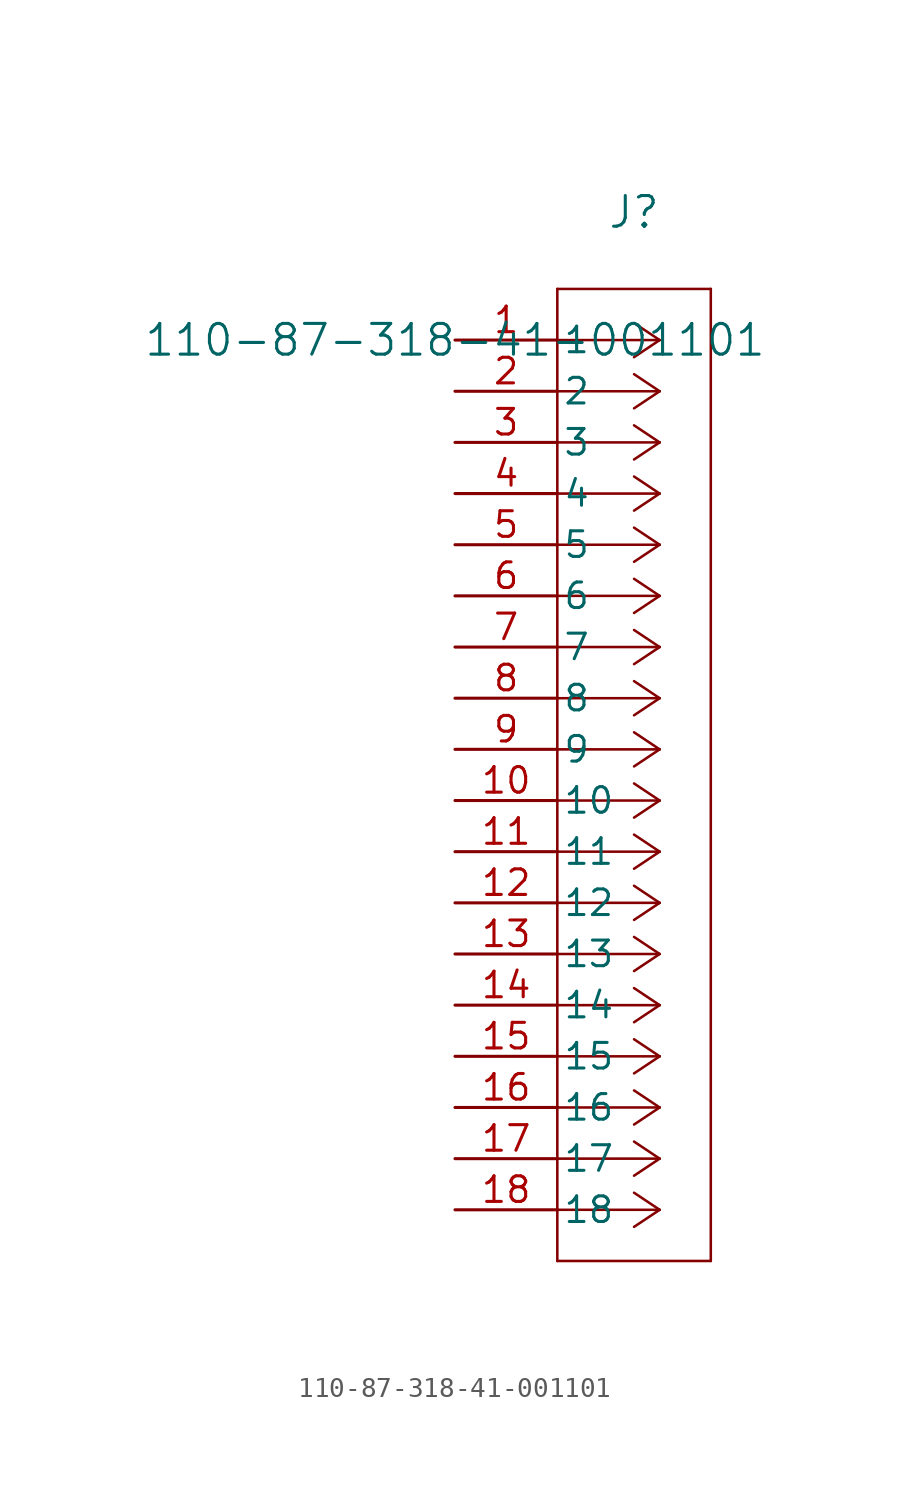
<source format=kicad_sym>
(kicad_symbol_lib
  (version 20211014)
  (generator kicad_symbol_editor)
  (symbol "110-87-318-41-001101"
    (pin_names
      (offset 0.254))
    (property "Reference" "J"
      (at 8.89 6.35 0)
      (effects (font (size 1.524 1.524))))
    (property "Value" "110-87-318-41-001101"
      (at 0 0 0)
      (effects (font (size 1.524 1.524))))
    (symbol "110-87-318-41-001101_0_1"
      (polyline (pts (xy 10.16 0) (xy 5.08 0)) (stroke (width 0.127) (type default) (color 0 0 0 0)) (fill (type none)))
      (polyline (pts (xy 10.16 -2.54) (xy 5.08 -2.54)) (stroke (width 0.127) (type default) (color 0 0 0 0)) (fill (type none)))
      (polyline (pts (xy 10.16 -5.08) (xy 5.08 -5.08)) (stroke (width 0.127) (type default) (color 0 0 0 0)) (fill (type none)))
      (polyline (pts (xy 10.16 -7.62) (xy 5.08 -7.62)) (stroke (width 0.127) (type default) (color 0 0 0 0)) (fill (type none)))
      (polyline (pts (xy 10.16 -10.16) (xy 5.08 -10.16)) (stroke (width 0.127) (type default) (color 0 0 0 0)) (fill (type none)))
      (polyline (pts (xy 10.16 -12.7) (xy 5.08 -12.7)) (stroke (width 0.127) (type default) (color 0 0 0 0)) (fill (type none)))
      (polyline (pts (xy 10.16 -15.24) (xy 5.08 -15.24)) (stroke (width 0.127) (type default) (color 0 0 0 0)) (fill (type none)))
      (polyline (pts (xy 10.16 -17.78) (xy 5.08 -17.78)) (stroke (width 0.127) (type default) (color 0 0 0 0)) (fill (type none)))
      (polyline (pts (xy 10.16 -20.32) (xy 5.08 -20.32)) (stroke (width 0.127) (type default) (color 0 0 0 0)) (fill (type none)))
      (polyline (pts (xy 10.16 -22.86) (xy 5.08 -22.86)) (stroke (width 0.127) (type default) (color 0 0 0 0)) (fill (type none)))
      (polyline (pts (xy 10.16 -25.4) (xy 5.08 -25.4)) (stroke (width 0.127) (type default) (color 0 0 0 0)) (fill (type none)))
      (polyline (pts (xy 10.16 -27.94) (xy 5.08 -27.94)) (stroke (width 0.127) (type default) (color 0 0 0 0)) (fill (type none)))
      (polyline (pts (xy 10.16 -30.48) (xy 5.08 -30.48)) (stroke (width 0.127) (type default) (color 0 0 0 0)) (fill (type none)))
      (polyline (pts (xy 10.16 -33.02) (xy 5.08 -33.02)) (stroke (width 0.127) (type default) (color 0 0 0 0)) (fill (type none)))
      (polyline (pts (xy 10.16 -35.56) (xy 5.08 -35.56)) (stroke (width 0.127) (type default) (color 0 0 0 0)) (fill (type none)))
      (polyline (pts (xy 10.16 -38.1) (xy 5.08 -38.1)) (stroke (width 0.127) (type default) (color 0 0 0 0)) (fill (type none)))
      (polyline (pts (xy 10.16 -40.64) (xy 5.08 -40.64)) (stroke (width 0.127) (type default) (color 0 0 0 0)) (fill (type none)))
      (polyline (pts (xy 10.16 -43.18) (xy 5.08 -43.18)) (stroke (width 0.127) (type default) (color 0 0 0 0)) (fill (type none)))
      (polyline (pts (xy 10.16 0) (xy 8.89 0.847)) (stroke (width 0.127) (type default) (color 0 0 0 0)) (fill (type none)))
      (polyline (pts (xy 10.16 -2.54) (xy 8.89 -1.693)) (stroke (width 0.127) (type default) (color 0 0 0 0)) (fill (type none)))
      (polyline (pts (xy 10.16 -5.08) (xy 8.89 -4.233)) (stroke (width 0.127) (type default) (color 0 0 0 0)) (fill (type none)))
      (polyline (pts (xy 10.16 -7.62) (xy 8.89 -6.773)) (stroke (width 0.127) (type default) (color 0 0 0 0)) (fill (type none)))
      (polyline (pts (xy 10.16 -10.16) (xy 8.89 -9.313)) (stroke (width 0.127) (type default) (color 0 0 0 0)) (fill (type none)))
      (polyline (pts (xy 10.16 -12.7) (xy 8.89 -11.853)) (stroke (width 0.127) (type default) (color 0 0 0 0)) (fill (type none)))
      (polyline (pts (xy 10.16 -15.24) (xy 8.89 -14.393)) (stroke (width 0.127) (type default) (color 0 0 0 0)) (fill (type none)))
      (polyline (pts (xy 10.16 -17.78) (xy 8.89 -16.933)) (stroke (width 0.127) (type default) (color 0 0 0 0)) (fill (type none)))
      (polyline (pts (xy 10.16 -20.32) (xy 8.89 -19.473)) (stroke (width 0.127) (type default) (color 0 0 0 0)) (fill (type none)))
      (polyline (pts (xy 10.16 -22.86) (xy 8.89 -22.013)) (stroke (width 0.127) (type default) (color 0 0 0 0)) (fill (type none)))
      (polyline (pts (xy 10.16 -25.4) (xy 8.89 -24.553)) (stroke (width 0.127) (type default) (color 0 0 0 0)) (fill (type none)))
      (polyline (pts (xy 10.16 -27.94) (xy 8.89 -27.093)) (stroke (width 0.127) (type default) (color 0 0 0 0)) (fill (type none)))
      (polyline (pts (xy 10.16 -30.48) (xy 8.89 -29.633)) (stroke (width 0.127) (type default) (color 0 0 0 0)) (fill (type none)))
      (polyline (pts (xy 10.16 -33.02) (xy 8.89 -32.173)) (stroke (width 0.127) (type default) (color 0 0 0 0)) (fill (type none)))
      (polyline (pts (xy 10.16 -35.56) (xy 8.89 -34.713)) (stroke (width 0.127) (type default) (color 0 0 0 0)) (fill (type none)))
      (polyline (pts (xy 10.16 -38.1) (xy 8.89 -37.253)) (stroke (width 0.127) (type default) (color 0 0 0 0)) (fill (type none)))
      (polyline (pts (xy 10.16 -40.64) (xy 8.89 -39.793)) (stroke (width 0.127) (type default) (color 0 0 0 0)) (fill (type none)))
      (polyline (pts (xy 10.16 -43.18) (xy 8.89 -42.333)) (stroke (width 0.127) (type default) (color 0 0 0 0)) (fill (type none)))
      (polyline (pts (xy 10.16 0) (xy 8.89 -0.847)) (stroke (width 0.127) (type default) (color 0 0 0 0)) (fill (type none)))
      (polyline (pts (xy 10.16 -2.54) (xy 8.89 -3.387)) (stroke (width 0.127) (type default) (color 0 0 0 0)) (fill (type none)))
      (polyline (pts (xy 10.16 -5.08) (xy 8.89 -5.927)) (stroke (width 0.127) (type default) (color 0 0 0 0)) (fill (type none)))
      (polyline (pts (xy 10.16 -7.62) (xy 8.89 -8.467)) (stroke (width 0.127) (type default) (color 0 0 0 0)) (fill (type none)))
      (polyline (pts (xy 10.16 -10.16) (xy 8.89 -11.007)) (stroke (width 0.127) (type default) (color 0 0 0 0)) (fill (type none)))
      (polyline (pts (xy 10.16 -12.7) (xy 8.89 -13.547)) (stroke (width 0.127) (type default) (color 0 0 0 0)) (fill (type none)))
      (polyline (pts (xy 10.16 -15.24) (xy 8.89 -16.087)) (stroke (width 0.127) (type default) (color 0 0 0 0)) (fill (type none)))
      (polyline (pts (xy 10.16 -17.78) (xy 8.89 -18.627)) (stroke (width 0.127) (type default) (color 0 0 0 0)) (fill (type none)))
      (polyline (pts (xy 10.16 -20.32) (xy 8.89 -21.167)) (stroke (width 0.127) (type default) (color 0 0 0 0)) (fill (type none)))
      (polyline (pts (xy 10.16 -22.86) (xy 8.89 -23.707)) (stroke (width 0.127) (type default) (color 0 0 0 0)) (fill (type none)))
      (polyline (pts (xy 10.16 -25.4) (xy 8.89 -26.247)) (stroke (width 0.127) (type default) (color 0 0 0 0)) (fill (type none)))
      (polyline (pts (xy 10.16 -27.94) (xy 8.89 -28.787)) (stroke (width 0.127) (type default) (color 0 0 0 0)) (fill (type none)))
      (polyline (pts (xy 10.16 -30.48) (xy 8.89 -31.327)) (stroke (width 0.127) (type default) (color 0 0 0 0)) (fill (type none)))
      (polyline (pts (xy 10.16 -33.02) (xy 8.89 -33.867)) (stroke (width 0.127) (type default) (color 0 0 0 0)) (fill (type none)))
      (polyline (pts (xy 10.16 -35.56) (xy 8.89 -36.407)) (stroke (width 0.127) (type default) (color 0 0 0 0)) (fill (type none)))
      (polyline (pts (xy 10.16 -38.1) (xy 8.89 -38.947)) (stroke (width 0.127) (type default) (color 0 0 0 0)) (fill (type none)))
      (polyline (pts (xy 10.16 -40.64) (xy 8.89 -41.487)) (stroke (width 0.127) (type default) (color 0 0 0 0)) (fill (type none)))
      (polyline (pts (xy 10.16 -43.18) (xy 8.89 -44.027)) (stroke (width 0.127) (type default) (color 0 0 0 0)) (fill (type none)))
      (polyline (pts (xy 5.08 2.54) (xy 5.08 -45.72)) (stroke (width 0.127) (type default) (color 0 0 0 0)) (fill (type none)))
      (polyline (pts (xy 5.08 -45.72) (xy 12.7 -45.72)) (stroke (width 0.127) (type default) (color 0 0 0 0)) (fill (type none)))
      (polyline (pts (xy 12.7 -45.72) (xy 12.7 2.54)) (stroke (width 0.127) (type default) (color 0 0 0 0)) (fill (type none)))
      (polyline (pts (xy 12.7 2.54) (xy 5.08 2.54)) (stroke (width 0.127) (type default) (color 0 0 0 0)) (fill (type none)))
      (pin unspecified line (at 0 0 0) (length 5.08) (name "1" (effects (font (size 1.27 1.27)))) (number "1" (effects (font (size 1.27 1.27)))))
      (pin unspecified line (at 0 -2.54 0) (length 5.08) (name "2" (effects (font (size 1.27 1.27)))) (number "2" (effects (font (size 1.27 1.27)))))
      (pin unspecified line (at 0 -5.08 0) (length 5.08) (name "3" (effects (font (size 1.27 1.27)))) (number "3" (effects (font (size 1.27 1.27)))))
      (pin unspecified line (at 0 -7.62 0) (length 5.08) (name "4" (effects (font (size 1.27 1.27)))) (number "4" (effects (font (size 1.27 1.27)))))
      (pin unspecified line (at 0 -10.16 0) (length 5.08) (name "5" (effects (font (size 1.27 1.27)))) (number "5" (effects (font (size 1.27 1.27)))))
      (pin unspecified line (at 0 -12.7 0) (length 5.08) (name "6" (effects (font (size 1.27 1.27)))) (number "6" (effects (font (size 1.27 1.27)))))
      (pin unspecified line (at 0 -15.24 0) (length 5.08) (name "7" (effects (font (size 1.27 1.27)))) (number "7" (effects (font (size 1.27 1.27)))))
      (pin unspecified line (at 0 -17.78 0) (length 5.08) (name "8" (effects (font (size 1.27 1.27)))) (number "8" (effects (font (size 1.27 1.27)))))
      (pin unspecified line (at 0 -20.32 0) (length 5.08) (name "9" (effects (font (size 1.27 1.27)))) (number "9" (effects (font (size 1.27 1.27)))))
      (pin unspecified line (at 0 -22.86 0) (length 5.08) (name "10" (effects (font (size 1.27 1.27)))) (number "10" (effects (font (size 1.27 1.27)))))
      (pin unspecified line (at 0 -25.4 0) (length 5.08) (name "11" (effects (font (size 1.27 1.27)))) (number "11" (effects (font (size 1.27 1.27)))))
      (pin unspecified line (at 0 -27.94 0) (length 5.08) (name "12" (effects (font (size 1.27 1.27)))) (number "12" (effects (font (size 1.27 1.27)))))
      (pin unspecified line (at 0 -30.48 0) (length 5.08) (name "13" (effects (font (size 1.27 1.27)))) (number "13" (effects (font (size 1.27 1.27)))))
      (pin unspecified line (at 0 -33.02 0) (length 5.08) (name "14" (effects (font (size 1.27 1.27)))) (number "14" (effects (font (size 1.27 1.27)))))
      (pin unspecified line (at 0 -35.56 0) (length 5.08) (name "15" (effects (font (size 1.27 1.27)))) (number "15" (effects (font (size 1.27 1.27)))))
      (pin unspecified line (at 0 -38.1 0) (length 5.08) (name "16" (effects (font (size 1.27 1.27)))) (number "16" (effects (font (size 1.27 1.27)))))
      (pin unspecified line (at 0 -40.64 0) (length 5.08) (name "17" (effects (font (size 1.27 1.27)))) (number "17" (effects (font (size 1.27 1.27)))))
      (pin unspecified line (at 0 -43.18 0) (length 5.08) (name "18" (effects (font (size 1.27 1.27)))) (number "18" (effects (font (size 1.27 1.27))))))))
</source>
